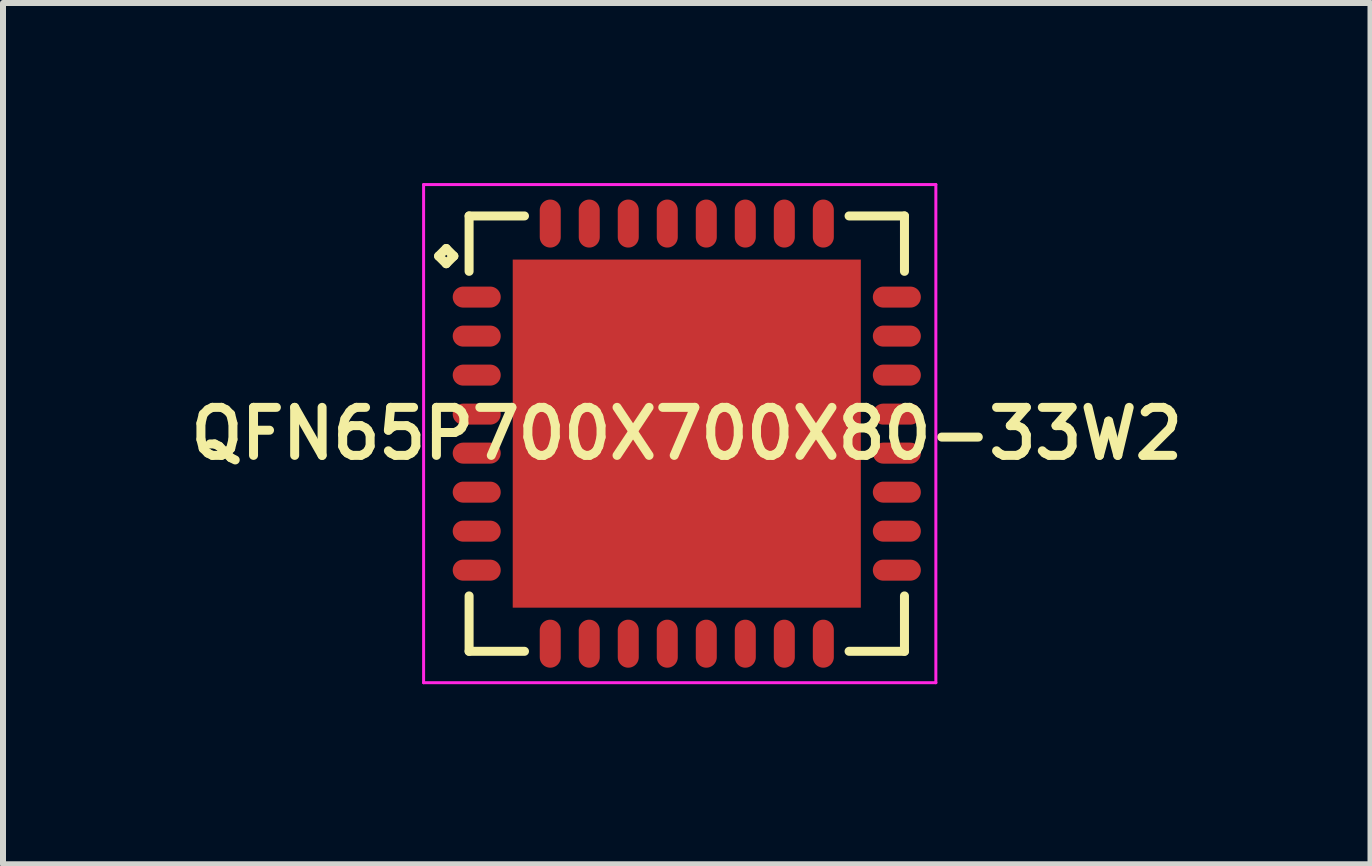
<source format=kicad_pcb>
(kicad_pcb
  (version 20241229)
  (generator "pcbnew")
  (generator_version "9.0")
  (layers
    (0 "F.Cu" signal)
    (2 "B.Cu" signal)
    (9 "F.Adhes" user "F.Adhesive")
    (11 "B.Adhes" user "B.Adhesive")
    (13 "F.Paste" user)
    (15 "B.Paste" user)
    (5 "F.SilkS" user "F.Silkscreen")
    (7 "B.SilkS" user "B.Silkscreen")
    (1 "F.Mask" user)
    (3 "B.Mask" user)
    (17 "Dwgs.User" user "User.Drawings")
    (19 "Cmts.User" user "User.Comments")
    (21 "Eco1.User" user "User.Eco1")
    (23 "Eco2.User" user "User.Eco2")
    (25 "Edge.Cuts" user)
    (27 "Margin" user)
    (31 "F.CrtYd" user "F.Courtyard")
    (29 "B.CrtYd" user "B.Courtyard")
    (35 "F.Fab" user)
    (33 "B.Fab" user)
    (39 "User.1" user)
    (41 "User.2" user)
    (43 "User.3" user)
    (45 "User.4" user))
  (footprint "QFN65P700X700X80-33W2"
    (layer "F.Cu")
    (at 8.393 4.175)
    (property "Reference" "QFN65P700X700X80-33W2" (at 0 0 0) (layer "F.SilkS") (effects (font (size 0.8 0.8) (thickness 0.15))))
    (attr smd)
    (fp_line (start -4.135 -2.958) (end -4.008 -3.085) (stroke (width 0.15) (type solid)) (layer "F.SilkS"))
    (fp_line (start -4.008 -3.085) (end -3.881 -2.958) (stroke (width 0.15) (type solid)) (layer "F.SilkS"))
    (fp_line (start -4.008 -2.831) (end -4.135 -2.958) (stroke (width 0.15) (type solid)) (layer "F.SilkS"))
    (fp_line (start -3.881 -2.958) (end -4.008 -2.831) (stroke (width 0.15) (type solid)) (layer "F.SilkS"))
    (fp_line (start -3.627 -3.627) (end -2.704 -3.627) (stroke (width 0.15) (type solid)) (layer "F.SilkS"))
    (fp_line (start -3.627 -2.704) (end -3.627 -3.627) (stroke (width 0.15) (type solid)) (layer "F.SilkS"))
    (fp_line (start -3.627 2.704) (end -3.627 3.627) (stroke (width 0.15) (type solid)) (layer "F.SilkS"))
    (fp_line (start -3.627 3.627) (end -2.704 3.627) (stroke (width 0.15) (type solid)) (layer "F.SilkS"))
    (fp_line (start 2.704 -3.627) (end 3.627 -3.627) (stroke (width 0.15) (type solid)) (layer "F.SilkS"))
    (fp_line (start 2.704 3.627) (end 3.627 3.627) (stroke (width 0.15) (type solid)) (layer "F.SilkS"))
    (fp_line (start 3.627 -3.627) (end 3.627 -2.704) (stroke (width 0.15) (type solid)) (layer "F.SilkS"))
    (fp_line (start 3.627 3.627) (end 3.627 2.704) (stroke (width 0.15) (type solid)) (layer "F.SilkS"))
    (fp_line (start -4.385 -4.15) (end 4.15 -4.15) (stroke (width 0.05) (type solid)) (layer "F.CrtYd"))
    (fp_line (start -4.385 4.15) (end -4.385 -4.15) (stroke (width 0.05) (type solid)) (layer "F.CrtYd"))
    (fp_line (start 4.15 -4.15) (end 4.15 4.15) (stroke (width 0.05) (type solid)) (layer "F.CrtYd"))
    (fp_line (start 4.15 4.15) (end -4.385 4.15) (stroke (width 0.05) (type solid)) (layer "F.CrtYd"))
    (pad "1" smd oval (at -3.5 -2.275) (size 0.8 0.35) (layers "F.Cu" "F.Mask" "F.Paste"))
    (pad "2" smd oval (at -3.5 -1.625) (size 0.8 0.35) (layers "F.Cu" "F.Mask" "F.Paste"))
    (pad "3" smd oval (at -3.5 -0.975) (size 0.8 0.35) (layers "F.Cu" "F.Mask" "F.Paste"))
    (pad "4" smd oval (at -3.5 -0.325) (size 0.8 0.35) (layers "F.Cu" "F.Mask" "F.Paste"))
    (pad "5" smd oval (at -3.5 0.325) (size 0.8 0.35) (layers "F.Cu" "F.Mask" "F.Paste"))
    (pad "6" smd oval (at -3.5 0.975) (size 0.8 0.35) (layers "F.Cu" "F.Mask" "F.Paste"))
    (pad "7" smd oval (at -3.5 1.625) (size 0.8 0.35) (layers "F.Cu" "F.Mask" "F.Paste"))
    (pad "8" smd oval (at -3.5 2.275) (size 0.8 0.35) (layers "F.Cu" "F.Mask" "F.Paste"))
    (pad "9" smd oval (at -2.275 3.5) (size 0.35 0.8) (layers "F.Cu" "F.Mask" "F.Paste"))
    (pad "10" smd oval (at -1.625 3.5) (size 0.35 0.8) (layers "F.Cu" "F.Mask" "F.Paste"))
    (pad "11" smd oval (at -0.975 3.5) (size 0.35 0.8) (layers "F.Cu" "F.Mask" "F.Paste"))
    (pad "12" smd oval (at -0.325 3.5) (size 0.35 0.8) (layers "F.Cu" "F.Mask" "F.Paste"))
    (pad "13" smd oval (at 0.325 3.5) (size 0.35 0.8) (layers "F.Cu" "F.Mask" "F.Paste"))
    (pad "14" smd oval (at 0.975 3.5) (size 0.35 0.8) (layers "F.Cu" "F.Mask" "F.Paste"))
    (pad "15" smd oval (at 1.625 3.5) (size 0.35 0.8) (layers "F.Cu" "F.Mask" "F.Paste"))
    (pad "16" smd oval (at 2.275 3.5) (size 0.35 0.8) (layers "F.Cu" "F.Mask" "F.Paste"))
    (pad "17" smd oval (at 3.5 2.275) (size 0.8 0.35) (layers "F.Cu" "F.Mask" "F.Paste"))
    (pad "18" smd oval (at 3.5 1.625) (size 0.8 0.35) (layers "F.Cu" "F.Mask" "F.Paste"))
    (pad "19" smd oval (at 3.5 0.975) (size 0.8 0.35) (layers "F.Cu" "F.Mask" "F.Paste"))
    (pad "20" smd oval (at 3.5 0.325) (size 0.8 0.35) (layers "F.Cu" "F.Mask" "F.Paste"))
    (pad "21" smd oval (at 3.5 -0.325) (size 0.8 0.35) (layers "F.Cu" "F.Mask" "F.Paste"))
    (pad "22" smd oval (at 3.5 -0.975) (size 0.8 0.35) (layers "F.Cu" "F.Mask" "F.Paste"))
    (pad "23" smd oval (at 3.5 -1.625) (size 0.8 0.35) (layers "F.Cu" "F.Mask" "F.Paste"))
    (pad "24" smd oval (at 3.5 -2.275) (size 0.8 0.35) (layers "F.Cu" "F.Mask" "F.Paste"))
    (pad "25" smd oval (at 2.275 -3.5) (size 0.35 0.8) (layers "F.Cu" "F.Mask" "F.Paste"))
    (pad "26" smd oval (at 1.625 -3.5) (size 0.35 0.8) (layers "F.Cu" "F.Mask" "F.Paste"))
    (pad "27" smd oval (at 0.975 -3.5) (size 0.35 0.8) (layers "F.Cu" "F.Mask" "F.Paste"))
    (pad "28" smd oval (at 0.325 -3.5) (size 0.35 0.8) (layers "F.Cu" "F.Mask" "F.Paste"))
    (pad "29" smd oval (at -0.325 -3.5) (size 0.35 0.8) (layers "F.Cu" "F.Mask" "F.Paste"))
    (pad "30" smd oval (at -0.975 -3.5) (size 0.35 0.8) (layers "F.Cu" "F.Mask" "F.Paste"))
    (pad "31" smd oval (at -1.625 -3.5) (size 0.35 0.8) (layers "F.Cu" "F.Mask" "F.Paste"))
    (pad "32" smd oval (at -2.275 -3.5) (size 0.35 0.8) (layers "F.Cu" "F.Mask" "F.Paste"))
    (pad "33" smd rect (at 0 0) (size 5.8 5.8) (layers "F.Cu" "F.Mask" "F.Paste")))
  (gr_rect
    (start -3 -3)
    (end 19.785 11.35)
    (stroke (width 0.1) (type default))
    (fill no)
    (layer "Edge.Cuts")))
</source>
